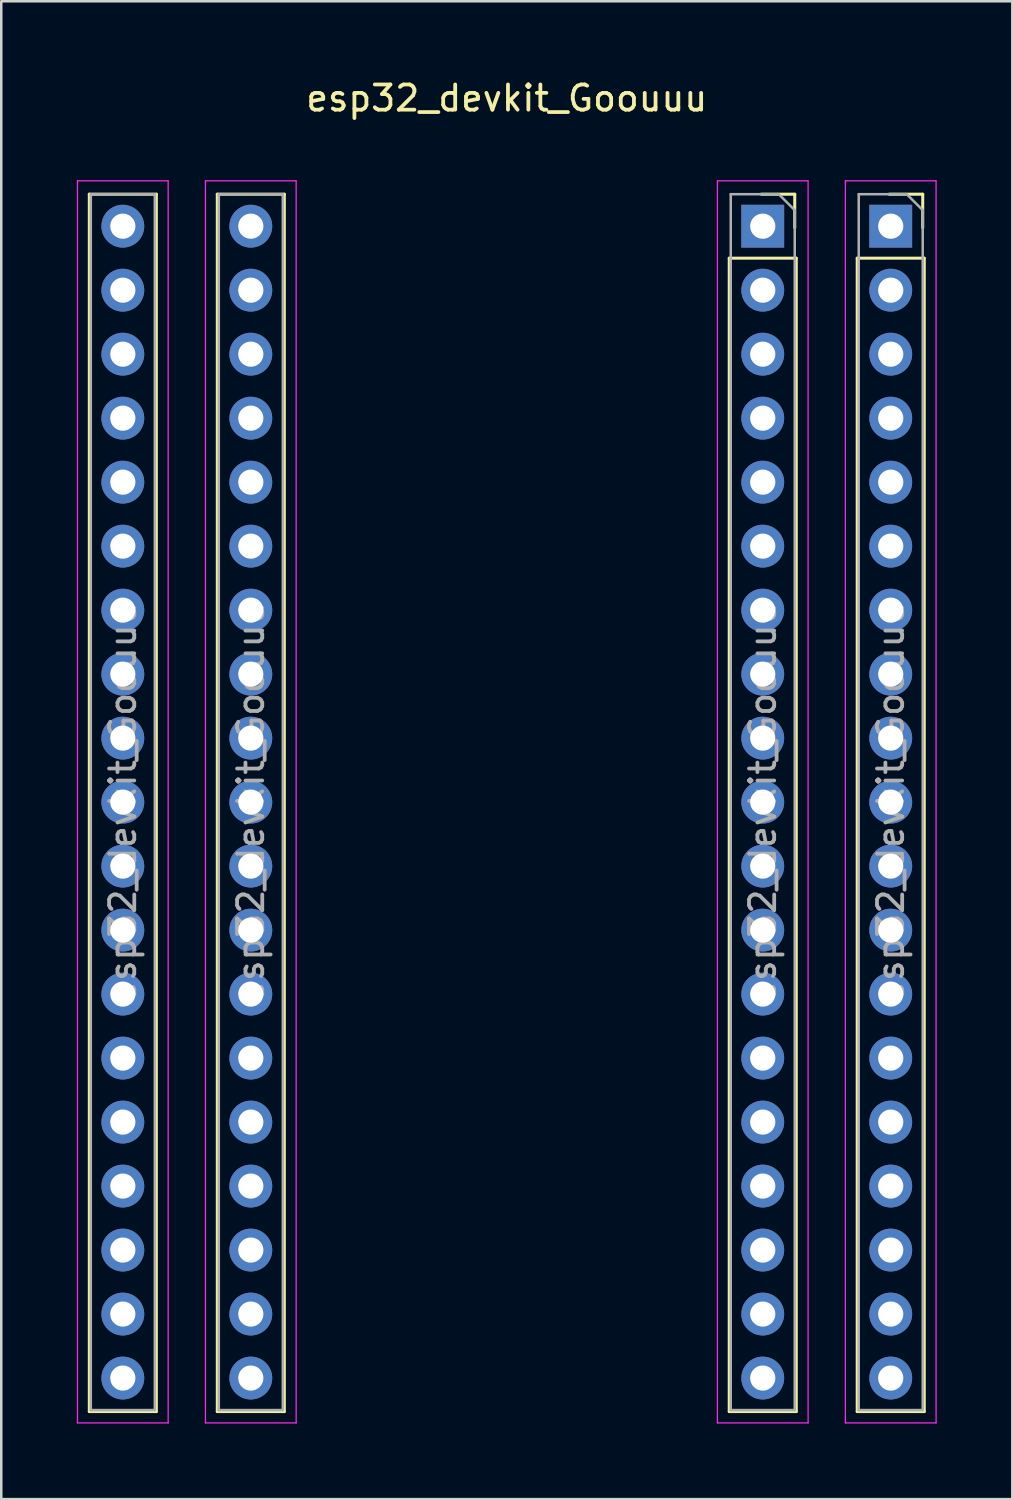
<source format=kicad_pcb>
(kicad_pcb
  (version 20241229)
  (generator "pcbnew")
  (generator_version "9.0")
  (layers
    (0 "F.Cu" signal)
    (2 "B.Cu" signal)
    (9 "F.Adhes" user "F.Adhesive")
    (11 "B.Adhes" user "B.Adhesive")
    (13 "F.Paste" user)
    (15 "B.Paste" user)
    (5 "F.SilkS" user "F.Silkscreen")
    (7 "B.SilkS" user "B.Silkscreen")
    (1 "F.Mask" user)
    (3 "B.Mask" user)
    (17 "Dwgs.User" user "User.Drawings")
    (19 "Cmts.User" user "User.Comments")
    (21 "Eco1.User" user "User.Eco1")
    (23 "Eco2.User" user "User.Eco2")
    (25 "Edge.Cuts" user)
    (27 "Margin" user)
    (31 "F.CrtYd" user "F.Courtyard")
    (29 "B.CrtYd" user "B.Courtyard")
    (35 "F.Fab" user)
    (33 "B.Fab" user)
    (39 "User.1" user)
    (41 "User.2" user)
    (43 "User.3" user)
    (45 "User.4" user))
  (footprint "esp32_devkit_Goouuu"
    (layer "F.Cu")
    (at 27.225 5.928)
    (property "Reference" "esp32_devkit_Goouuu" (at -10.16 -5.08 0) (layer "F.SilkS") (effects (font (size 1 1) (thickness 0.15))))
    (attr through_hole)
    (fp_line (start -26.73 -1.27) (end -26.73 47.05) (stroke (width 0.12) (type solid)) (layer "F.SilkS"))
    (fp_line (start -26.73 -1.27) (end -24.07 -1.27) (stroke (width 0.12) (type solid)) (layer "F.SilkS"))
    (fp_line (start -26.73 47.05) (end -24.07 47.05) (stroke (width 0.12) (type solid)) (layer "F.SilkS"))
    (fp_line (start -24.07 -1.27) (end -24.07 47.05) (stroke (width 0.12) (type solid)) (layer "F.SilkS"))
    (fp_line (start -21.65 -1.27) (end -21.65 47.05) (stroke (width 0.12) (type solid)) (layer "F.SilkS"))
    (fp_line (start -21.65 -1.27) (end -18.99 -1.27) (stroke (width 0.12) (type solid)) (layer "F.SilkS"))
    (fp_line (start -21.65 47.05) (end -18.99 47.05) (stroke (width 0.12) (type solid)) (layer "F.SilkS"))
    (fp_line (start -18.99 -1.27) (end -18.99 47.05) (stroke (width 0.12) (type solid)) (layer "F.SilkS"))
    (fp_line (start -1.33 1.27) (end -1.33 47.05) (stroke (width 0.12) (type solid)) (layer "F.SilkS"))
    (fp_line (start -1.33 1.27) (end 1.33 1.27) (stroke (width 0.12) (type solid)) (layer "F.SilkS"))
    (fp_line (start -1.33 47.05) (end 1.33 47.05) (stroke (width 0.12) (type solid)) (layer "F.SilkS"))
    (fp_line (start -0.06 -1.27) (end 1.27 -1.27) (stroke (width 0.12) (type solid)) (layer "F.SilkS"))
    (fp_line (start 1.27 0.06) (end 1.27 -1.27) (stroke (width 0.12) (type solid)) (layer "F.SilkS"))
    (fp_line (start 1.33 1.27) (end 1.33 47.05) (stroke (width 0.12) (type solid)) (layer "F.SilkS"))
    (fp_line (start 3.75 1.27) (end 3.75 47.05) (stroke (width 0.12) (type solid)) (layer "F.SilkS"))
    (fp_line (start 3.75 1.27) (end 6.41 1.27) (stroke (width 0.12) (type solid)) (layer "F.SilkS"))
    (fp_line (start 3.75 47.05) (end 6.41 47.05) (stroke (width 0.12) (type solid)) (layer "F.SilkS"))
    (fp_line (start 5.02 -1.27) (end 6.35 -1.27) (stroke (width 0.12) (type solid)) (layer "F.SilkS"))
    (fp_line (start 6.35 0.06) (end 6.35 -1.27) (stroke (width 0.12) (type solid)) (layer "F.SilkS"))
    (fp_line (start 6.41 1.27) (end 6.41 47.05) (stroke (width 0.12) (type solid)) (layer "F.SilkS"))
    (fp_line (start -27.2 -1.8) (end -27.2 47.5) (stroke (width 0.05) (type solid)) (layer "F.CrtYd"))
    (fp_line (start -27.2 47.5) (end -23.6 47.5) (stroke (width 0.05) (type solid)) (layer "F.CrtYd"))
    (fp_line (start -23.6 -1.8) (end -27.2 -1.8) (stroke (width 0.05) (type solid)) (layer "F.CrtYd"))
    (fp_line (start -23.6 47.5) (end -23.6 -1.8) (stroke (width 0.05) (type solid)) (layer "F.CrtYd"))
    (fp_line (start -22.12 -1.8) (end -22.12 47.5) (stroke (width 0.05) (type solid)) (layer "F.CrtYd"))
    (fp_line (start -22.12 47.5) (end -18.52 47.5) (stroke (width 0.05) (type solid)) (layer "F.CrtYd"))
    (fp_line (start -18.52 -1.8) (end -22.12 -1.8) (stroke (width 0.05) (type solid)) (layer "F.CrtYd"))
    (fp_line (start -18.52 47.5) (end -18.52 -1.8) (stroke (width 0.05) (type solid)) (layer "F.CrtYd"))
    (fp_line (start -1.8 -1.8) (end -1.8 47.5) (stroke (width 0.05) (type solid)) (layer "F.CrtYd"))
    (fp_line (start -1.8 47.5) (end 1.8 47.5) (stroke (width 0.05) (type solid)) (layer "F.CrtYd"))
    (fp_line (start 1.8 -1.8) (end -1.8 -1.8) (stroke (width 0.05) (type solid)) (layer "F.CrtYd"))
    (fp_line (start 1.8 47.5) (end 1.8 -1.8) (stroke (width 0.05) (type solid)) (layer "F.CrtYd"))
    (fp_line (start 3.28 -1.8) (end 3.28 47.5) (stroke (width 0.05) (type solid)) (layer "F.CrtYd"))
    (fp_line (start 3.28 47.5) (end 6.88 47.5) (stroke (width 0.05) (type solid)) (layer "F.CrtYd"))
    (fp_line (start 6.88 -1.8) (end 3.28 -1.8) (stroke (width 0.05) (type solid)) (layer "F.CrtYd"))
    (fp_line (start 6.88 47.5) (end 6.88 -1.8) (stroke (width 0.05) (type solid)) (layer "F.CrtYd"))
    (fp_line (start -26.67 -1.27) (end -24.13 -1.27) (stroke (width 0.1) (type solid)) (layer "F.Fab"))
    (fp_line (start -26.67 46.99) (end -26.67 -1.27) (stroke (width 0.1) (type solid)) (layer "F.Fab"))
    (fp_line (start -24.13 -1.27) (end -24.13 46.99) (stroke (width 0.1) (type solid)) (layer "F.Fab"))
    (fp_line (start -24.13 46.99) (end -26.67 46.99) (stroke (width 0.1) (type solid)) (layer "F.Fab"))
    (fp_line (start -21.59 -1.27) (end -19.05 -1.27) (stroke (width 0.1) (type solid)) (layer "F.Fab"))
    (fp_line (start -21.59 46.99) (end -21.59 -1.27) (stroke (width 0.1) (type solid)) (layer "F.Fab"))
    (fp_line (start -19.05 -1.27) (end -19.05 46.99) (stroke (width 0.1) (type solid)) (layer "F.Fab"))
    (fp_line (start -19.05 46.99) (end -21.59 46.99) (stroke (width 0.1) (type solid)) (layer "F.Fab"))
    (fp_line (start -1.27 -1.27) (end 0.635 -1.27) (stroke (width 0.1) (type solid)) (layer "F.Fab"))
    (fp_line (start -1.27 46.99) (end -1.27 -1.27) (stroke (width 0.1) (type solid)) (layer "F.Fab"))
    (fp_line (start 1.27 -0.635) (end 0.635 -1.27) (stroke (width 0.1) (type solid)) (layer "F.Fab"))
    (fp_line (start 1.27 -0.635) (end 1.27 46.99) (stroke (width 0.1) (type solid)) (layer "F.Fab"))
    (fp_line (start 1.27 46.99) (end -1.27 46.99) (stroke (width 0.1) (type solid)) (layer "F.Fab"))
    (fp_line (start 3.81 -1.27) (end 5.715 -1.27) (stroke (width 0.1) (type solid)) (layer "F.Fab"))
    (fp_line (start 3.81 46.99) (end 3.81 -1.27) (stroke (width 0.1) (type solid)) (layer "F.Fab"))
    (fp_line (start 6.35 -0.635) (end 5.715 -1.27) (stroke (width 0.1) (type solid)) (layer "F.Fab"))
    (fp_line (start 6.35 -0.635) (end 6.35 46.99) (stroke (width 0.1) (type solid)) (layer "F.Fab"))
    (fp_line (start 6.35 46.99) (end 3.81 46.99) (stroke (width 0.1) (type solid)) (layer "F.Fab"))
    (fp_text user "${REFERENCE}" (at -25.4 22.86 90) (layer "F.Fab") (effects (font (size 1 1) (thickness 0.15))))
    (fp_text user "${REFERENCE}" (at 0 22.86 90) (layer "F.Fab") (effects (font (size 1 1) (thickness 0.15))))
    (fp_text user "${REFERENCE}" (at -20.32 22.86 90) (layer "F.Fab") (effects (font (size 1 1) (thickness 0.15))))
    (fp_text user "${REFERENCE}" (at 5.08 22.86 90) (layer "F.Fab") (effects (font (size 1 1) (thickness 0.15))))
    (pad "1" thru_hole rect (at 0 0) (size 1.7 1.7) (drill 1) (layers "*.Cu" "*.Mask"))
    (pad "1" thru_hole rect (at 5.08 0) (size 1.7 1.7) (drill 1) (layers "*.Cu" "*.Mask"))
    (pad "2" thru_hole oval (at 0 2.54) (size 1.7 1.7) (drill 1) (layers "*.Cu" "*.Mask"))
    (pad "2" thru_hole oval (at 5.08 2.54) (size 1.7 1.7) (drill 1) (layers "*.Cu" "*.Mask"))
    (pad "3" thru_hole oval (at 0 5.08) (size 1.7 1.7) (drill 1) (layers "*.Cu" "*.Mask"))
    (pad "3" thru_hole oval (at 5.08 5.08) (size 1.7 1.7) (drill 1) (layers "*.Cu" "*.Mask"))
    (pad "4" thru_hole oval (at 0 7.62) (size 1.7 1.7) (drill 1) (layers "*.Cu" "*.Mask"))
    (pad "4" thru_hole oval (at 5.08 7.62) (size 1.7 1.7) (drill 1) (layers "*.Cu" "*.Mask"))
    (pad "5" thru_hole oval (at 0 10.16) (size 1.7 1.7) (drill 1) (layers "*.Cu" "*.Mask"))
    (pad "5" thru_hole oval (at 5.08 10.16) (size 1.7 1.7) (drill 1) (layers "*.Cu" "*.Mask"))
    (pad "6" thru_hole oval (at 0 12.7) (size 1.7 1.7) (drill 1) (layers "*.Cu" "*.Mask"))
    (pad "6" thru_hole oval (at 5.08 12.7) (size 1.7 1.7) (drill 1) (layers "*.Cu" "*.Mask"))
    (pad "7" thru_hole oval (at 0 15.24) (size 1.7 1.7) (drill 1) (layers "*.Cu" "*.Mask"))
    (pad "7" thru_hole oval (at 5.08 15.24) (size 1.7 1.7) (drill 1) (layers "*.Cu" "*.Mask"))
    (pad "8" thru_hole oval (at 0 17.78) (size 1.7 1.7) (drill 1) (layers "*.Cu" "*.Mask"))
    (pad "8" thru_hole oval (at 5.08 17.78) (size 1.7 1.7) (drill 1) (layers "*.Cu" "*.Mask"))
    (pad "9" thru_hole oval (at 0 20.32) (size 1.7 1.7) (drill 1) (layers "*.Cu" "*.Mask"))
    (pad "9" thru_hole oval (at 5.08 20.32) (size 1.7 1.7) (drill 1) (layers "*.Cu" "*.Mask"))
    (pad "10" thru_hole oval (at 0 22.86) (size 1.7 1.7) (drill 1) (layers "*.Cu" "*.Mask"))
    (pad "10" thru_hole oval (at 5.08 22.86) (size 1.7 1.7) (drill 1) (layers "*.Cu" "*.Mask"))
    (pad "11" thru_hole oval (at 0 25.4) (size 1.7 1.7) (drill 1) (layers "*.Cu" "*.Mask"))
    (pad "11" thru_hole oval (at 5.08 25.4) (size 1.7 1.7) (drill 1) (layers "*.Cu" "*.Mask"))
    (pad "12" thru_hole oval (at 0 27.94) (size 1.7 1.7) (drill 1) (layers "*.Cu" "*.Mask"))
    (pad "12" thru_hole oval (at 5.08 27.94) (size 1.7 1.7) (drill 1) (layers "*.Cu" "*.Mask"))
    (pad "13" thru_hole oval (at 0 30.48) (size 1.7 1.7) (drill 1) (layers "*.Cu" "*.Mask"))
    (pad "13" thru_hole oval (at 5.08 30.48) (size 1.7 1.7) (drill 1) (layers "*.Cu" "*.Mask"))
    (pad "14" thru_hole oval (at 0 33.02) (size 1.7 1.7) (drill 1) (layers "*.Cu" "*.Mask"))
    (pad "14" thru_hole oval (at 5.08 33.02) (size 1.7 1.7) (drill 1) (layers "*.Cu" "*.Mask"))
    (pad "15" thru_hole oval (at 0 35.56) (size 1.7 1.7) (drill 1) (layers "*.Cu" "*.Mask"))
    (pad "15" thru_hole oval (at 5.08 35.56) (size 1.7 1.7) (drill 1) (layers "*.Cu" "*.Mask"))
    (pad "16" thru_hole oval (at 0 38.1) (size 1.7 1.7) (drill 1) (layers "*.Cu" "*.Mask"))
    (pad "16" thru_hole oval (at 5.08 38.1) (size 1.7 1.7) (drill 1) (layers "*.Cu" "*.Mask"))
    (pad "17" thru_hole oval (at 0 40.64) (size 1.7 1.7) (drill 1) (layers "*.Cu" "*.Mask"))
    (pad "17" thru_hole oval (at 5.08 40.64) (size 1.7 1.7) (drill 1) (layers "*.Cu" "*.Mask"))
    (pad "18" thru_hole oval (at 0 43.18) (size 1.7 1.7) (drill 1) (layers "*.Cu" "*.Mask"))
    (pad "18" thru_hole oval (at 5.08 43.18) (size 1.7 1.7) (drill 1) (layers "*.Cu" "*.Mask"))
    (pad "19" thru_hole oval (at 0 45.72) (size 1.7 1.7) (drill 1) (layers "*.Cu" "*.Mask"))
    (pad "19" thru_hole oval (at 5.08 45.72) (size 1.7 1.7) (drill 1) (layers "*.Cu" "*.Mask"))
    (pad "20" thru_hole oval (at -25.4 45.72) (size 1.7 1.7) (drill 1) (layers "*.Cu" "*.Mask"))
    (pad "20" thru_hole oval (at -20.32 45.72) (size 1.7 1.7) (drill 1) (layers "*.Cu" "*.Mask"))
    (pad "21" thru_hole oval (at -25.4 43.18) (size 1.7 1.7) (drill 1) (layers "*.Cu" "*.Mask"))
    (pad "21" thru_hole oval (at -20.32 43.18) (size 1.7 1.7) (drill 1) (layers "*.Cu" "*.Mask"))
    (pad "22" thru_hole oval (at -25.4 40.64) (size 1.7 1.7) (drill 1) (layers "*.Cu" "*.Mask"))
    (pad "22" thru_hole oval (at -20.32 40.64) (size 1.7 1.7) (drill 1) (layers "*.Cu" "*.Mask"))
    (pad "23" thru_hole oval (at -25.4 38.1) (size 1.7 1.7) (drill 1) (layers "*.Cu" "*.Mask"))
    (pad "23" thru_hole oval (at -20.32 38.1) (size 1.7 1.7) (drill 1) (layers "*.Cu" "*.Mask"))
    (pad "24" thru_hole oval (at -25.4 35.56) (size 1.7 1.7) (drill 1) (layers "*.Cu" "*.Mask"))
    (pad "24" thru_hole oval (at -20.32 35.56) (size 1.7 1.7) (drill 1) (layers "*.Cu" "*.Mask"))
    (pad "25" thru_hole oval (at -25.4 33.02) (size 1.7 1.7) (drill 1) (layers "*.Cu" "*.Mask"))
    (pad "25" thru_hole oval (at -20.32 33.02) (size 1.7 1.7) (drill 1) (layers "*.Cu" "*.Mask"))
    (pad "26" thru_hole oval (at -25.4 30.48) (size 1.7 1.7) (drill 1) (layers "*.Cu" "*.Mask"))
    (pad "26" thru_hole oval (at -20.32 30.48) (size 1.7 1.7) (drill 1) (layers "*.Cu" "*.Mask"))
    (pad "27" thru_hole oval (at -25.4 27.94) (size 1.7 1.7) (drill 1) (layers "*.Cu" "*.Mask"))
    (pad "27" thru_hole oval (at -20.32 27.94) (size 1.7 1.7) (drill 1) (layers "*.Cu" "*.Mask"))
    (pad "28" thru_hole oval (at -25.4 25.4) (size 1.7 1.7) (drill 1) (layers "*.Cu" "*.Mask"))
    (pad "28" thru_hole oval (at -20.32 25.4) (size 1.7 1.7) (drill 1) (layers "*.Cu" "*.Mask"))
    (pad "29" thru_hole oval (at -25.4 22.86) (size 1.7 1.7) (drill 1) (layers "*.Cu" "*.Mask"))
    (pad "29" thru_hole oval (at -20.32 22.86) (size 1.7 1.7) (drill 1) (layers "*.Cu" "*.Mask"))
    (pad "30" thru_hole oval (at -25.4 20.32) (size 1.7 1.7) (drill 1) (layers "*.Cu" "*.Mask"))
    (pad "30" thru_hole oval (at -20.32 20.32) (size 1.7 1.7) (drill 1) (layers "*.Cu" "*.Mask"))
    (pad "31" thru_hole oval (at -25.4 17.78) (size 1.7 1.7) (drill 1) (layers "*.Cu" "*.Mask"))
    (pad "31" thru_hole oval (at -20.32 17.78) (size 1.7 1.7) (drill 1) (layers "*.Cu" "*.Mask"))
    (pad "32" thru_hole oval (at -25.4 15.24) (size 1.7 1.7) (drill 1) (layers "*.Cu" "*.Mask"))
    (pad "32" thru_hole oval (at -20.32 15.24) (size 1.7 1.7) (drill 1) (layers "*.Cu" "*.Mask"))
    (pad "33" thru_hole oval (at -25.4 12.7) (size 1.7 1.7) (drill 1) (layers "*.Cu" "*.Mask"))
    (pad "33" thru_hole oval (at -20.32 12.7) (size 1.7 1.7) (drill 1) (layers "*.Cu" "*.Mask"))
    (pad "34" thru_hole oval (at -25.4 10.16) (size 1.7 1.7) (drill 1) (layers "*.Cu" "*.Mask"))
    (pad "34" thru_hole oval (at -20.32 10.16) (size 1.7 1.7) (drill 1) (layers "*.Cu" "*.Mask"))
    (pad "35" thru_hole oval (at -25.4 7.62) (size 1.7 1.7) (drill 1) (layers "*.Cu" "*.Mask"))
    (pad "35" thru_hole oval (at -20.32 7.62) (size 1.7 1.7) (drill 1) (layers "*.Cu" "*.Mask"))
    (pad "36" thru_hole oval (at -25.4 5.08) (size 1.7 1.7) (drill 1) (layers "*.Cu" "*.Mask"))
    (pad "36" thru_hole oval (at -20.32 5.08) (size 1.7 1.7) (drill 1) (layers "*.Cu" "*.Mask"))
    (pad "37" thru_hole oval (at -25.4 2.54) (size 1.7 1.7) (drill 1) (layers "*.Cu" "*.Mask"))
    (pad "37" thru_hole oval (at -20.32 2.54) (size 1.7 1.7) (drill 1) (layers "*.Cu" "*.Mask"))
    (pad "38" thru_hole oval (at -25.4 0) (size 1.7 1.7) (drill 1) (layers "*.Cu" "*.Mask"))
    (pad "38" thru_hole oval (at -20.32 0) (size 1.7 1.7) (drill 1) (layers "*.Cu" "*.Mask")))
  (gr_rect
    (start -3 -3)
    (end 37.13 56.453)
    (stroke (width 0.1) (type default))
    (fill no)
    (layer "Edge.Cuts")))
</source>
